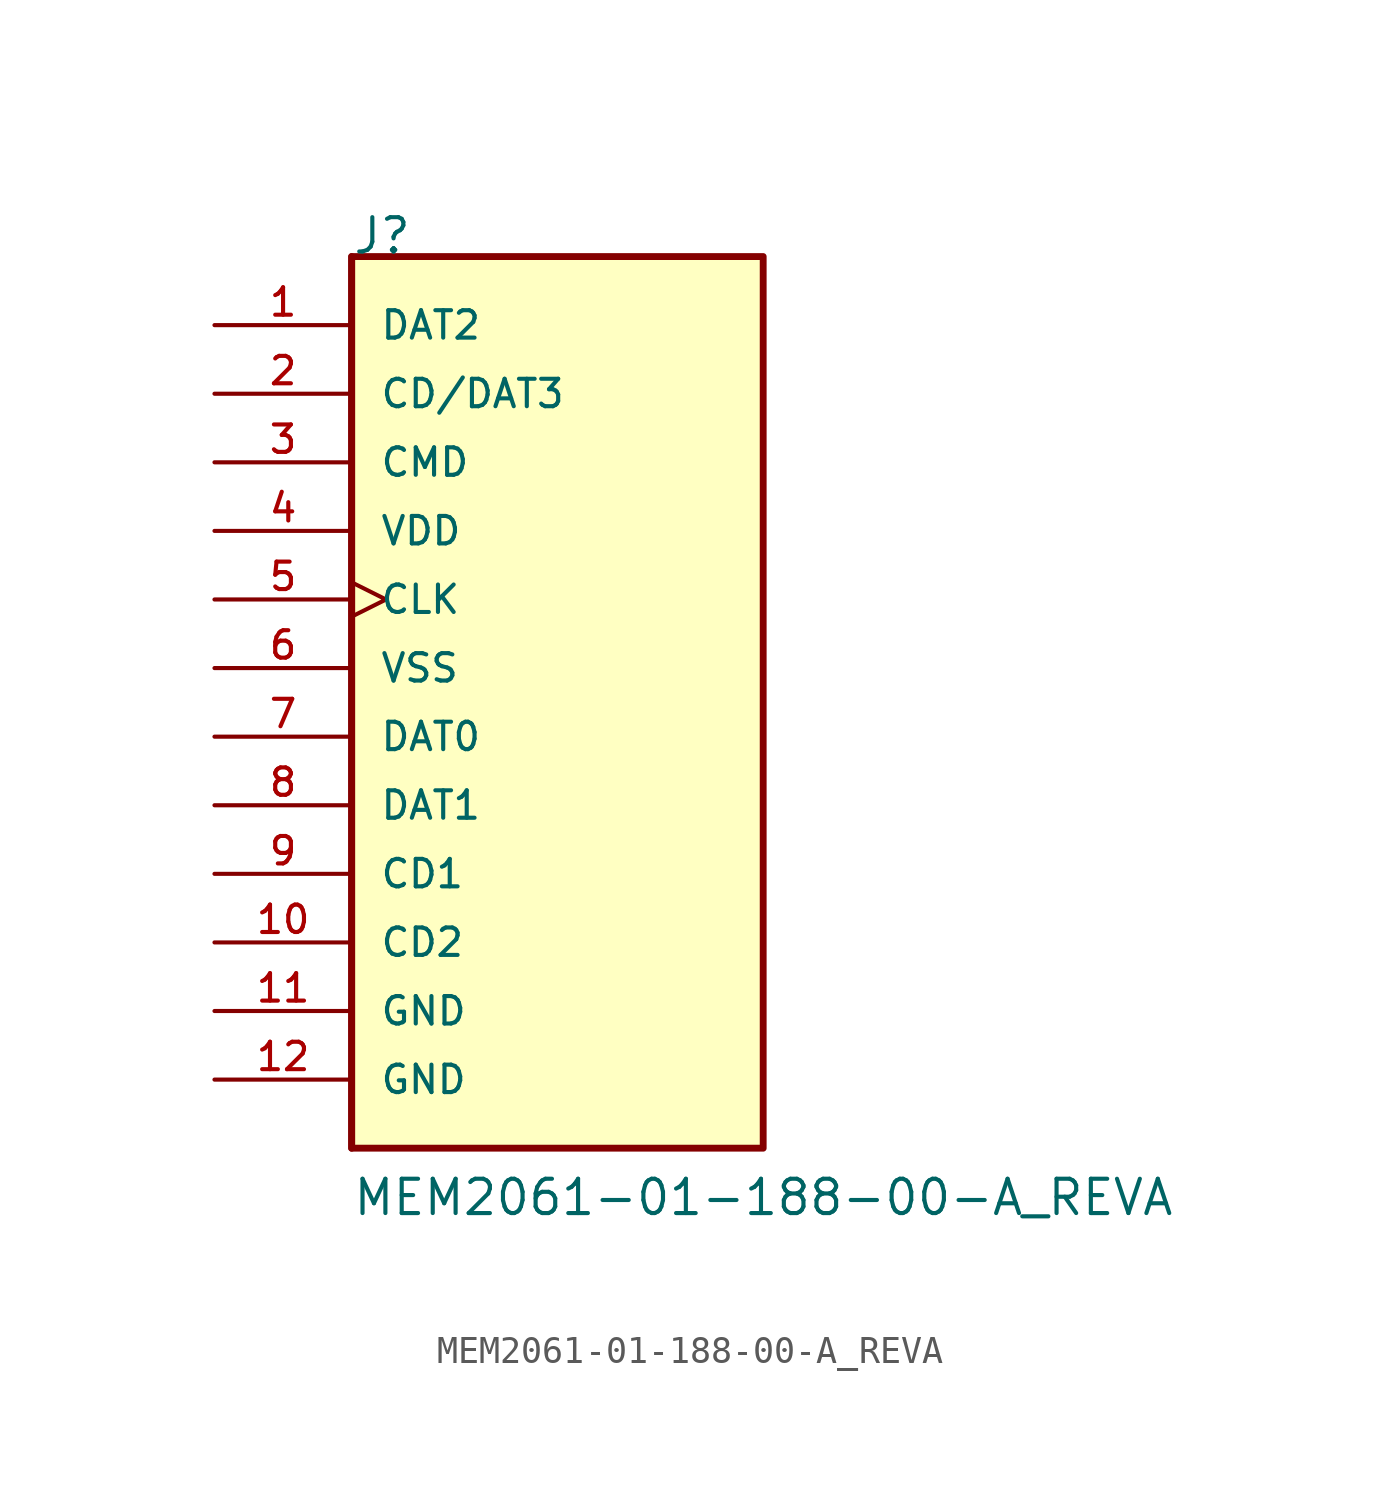
<source format=kicad_sym>
(kicad_symbol_lib
  (version 20211014)
  (generator kicad_symbol_editor)
  (symbol "MEM2061-01-188-00-A_REVA"
    (pin_names
      (offset 1.016))
    (property "Reference" "J"
      (at 0 15.265 0)
      (effects (font (size 1.27 1.27)) (justify left bottom)))
    (property "Value" "MEM2061-01-188-00-A_REVA"
      (at 0 -20.345 0)
      (effects (font (size 1.27 1.27)) (justify left bottom)))
    (property "ki_locked" ""
      (at 0 0 0)
      (effects (font (size 1.27 1.27))))
    (symbol "MEM2061-01-188-00-A_REVA_0_0"
      (rectangle (start 0 -17.78) (end 15.24 15.24) (stroke (width 0.254) (type default) (color 0 0 0 0)) (fill (type background)))
      (polyline (pts (xy 0 -17.78) (xy 0 15.24)) (stroke (width 0.254) (type default) (color 0 0 0 0)) (fill (type none)))
      (pin bidirectional line (at -5.08 12.7 0) (length 5.08) (name "DAT2" (effects (font (size 1.016 1.016)))) (number "1" (effects (font (size 1.016 1.016)))))
      (pin passive line (at -5.08 -10.16 0) (length 5.08) (name "CD2" (effects (font (size 1.016 1.016)))) (number "10" (effects (font (size 1.016 1.016)))))
      (pin power_in line (at -5.08 -12.7 0) (length 5.08) (name "GND" (effects (font (size 1.016 1.016)))) (number "11" (effects (font (size 1.016 1.016)))))
      (pin power_in line (at -5.08 -15.24 0) (length 5.08) (name "GND" (effects (font (size 1.016 1.016)))) (number "12" (effects (font (size 1.016 1.016)))))
      (pin bidirectional line (at -5.08 10.16 0) (length 5.08) (name "CD/DAT3" (effects (font (size 1.016 1.016)))) (number "2" (effects (font (size 1.016 1.016)))))
      (pin bidirectional line (at -5.08 7.62 0) (length 5.08) (name "CMD" (effects (font (size 1.016 1.016)))) (number "3" (effects (font (size 1.016 1.016)))))
      (pin power_in line (at -5.08 5.08 0) (length 5.08) (name "VDD" (effects (font (size 1.016 1.016)))) (number "4" (effects (font (size 1.016 1.016)))))
      (pin bidirectional clock (at -5.08 2.54 0) (length 5.08) (name "CLK" (effects (font (size 1.016 1.016)))) (number "5" (effects (font (size 1.016 1.016)))))
      (pin power_in line (at -5.08 0 0) (length 5.08) (name "VSS" (effects (font (size 1.016 1.016)))) (number "6" (effects (font (size 1.016 1.016)))))
      (pin bidirectional line (at -5.08 -2.54 0) (length 5.08) (name "DAT0" (effects (font (size 1.016 1.016)))) (number "7" (effects (font (size 1.016 1.016)))))
      (pin bidirectional line (at -5.08 -5.08 0) (length 5.08) (name "DAT1" (effects (font (size 1.016 1.016)))) (number "8" (effects (font (size 1.016 1.016)))))
      (pin passive line (at -5.08 -7.62 0) (length 5.08) (name "CD1" (effects (font (size 1.016 1.016)))) (number "9" (effects (font (size 1.016 1.016))))))))
</source>
